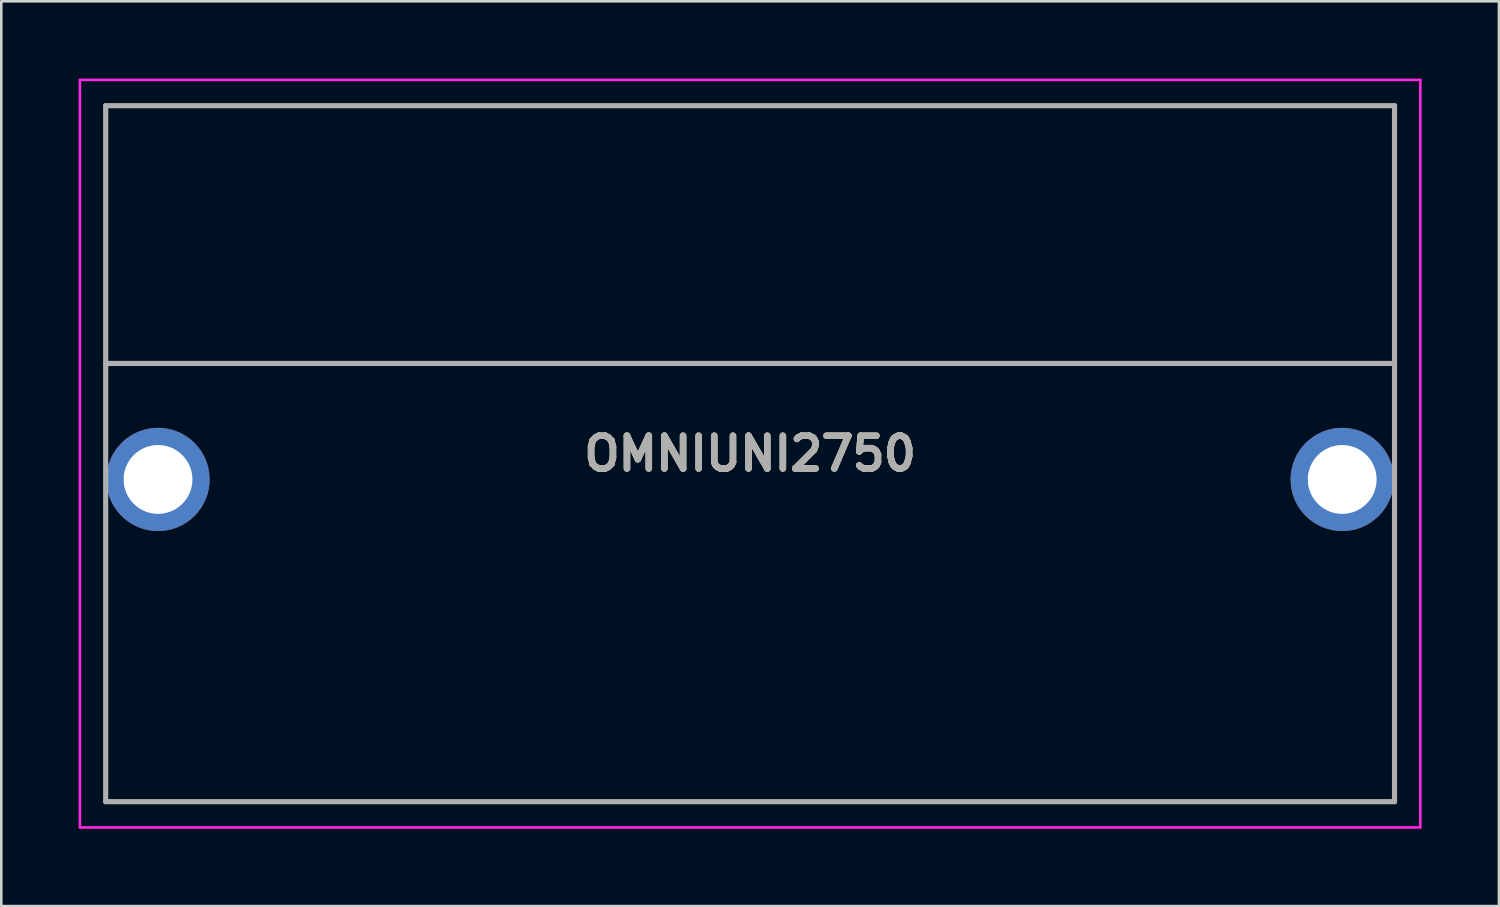
<source format=kicad_pcb>
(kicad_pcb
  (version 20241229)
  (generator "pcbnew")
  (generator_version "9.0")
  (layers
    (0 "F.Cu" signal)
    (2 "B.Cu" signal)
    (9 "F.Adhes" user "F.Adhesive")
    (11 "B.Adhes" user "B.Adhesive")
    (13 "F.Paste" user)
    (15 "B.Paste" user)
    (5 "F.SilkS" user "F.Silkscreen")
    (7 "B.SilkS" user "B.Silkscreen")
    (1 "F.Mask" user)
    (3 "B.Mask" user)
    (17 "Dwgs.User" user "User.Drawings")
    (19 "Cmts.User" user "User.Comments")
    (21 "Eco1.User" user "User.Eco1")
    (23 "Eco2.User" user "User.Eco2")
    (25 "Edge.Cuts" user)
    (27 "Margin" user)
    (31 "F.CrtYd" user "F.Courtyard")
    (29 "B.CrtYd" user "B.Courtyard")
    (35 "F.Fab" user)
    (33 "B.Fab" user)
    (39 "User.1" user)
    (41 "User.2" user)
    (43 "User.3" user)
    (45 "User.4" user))
  (footprint "OMNIUNI2750"
    (layer "F.Cu")
    (at 3.08 15.55)
    (property "Reference" "OMNIUNI2750" (at 22.97 -1 0) (layer "F.SilkS") (effects (font (size 1.27 1.27) (thickness 0.254))))
    (attr through_hole)
    (fp_line (start -2.03 -14.5) (end 47.97 -14.5) (stroke (width 0.1) (type solid)) (layer "F.SilkS"))
    (fp_line (start -2.03 -4.5) (end -2.03 -14.5) (stroke (width 0.1) (type solid)) (layer "F.SilkS"))
    (fp_line (start -2.03 -4.5) (end 47.97 -4.5) (stroke (width 0.1) (type solid)) (layer "F.SilkS"))
    (fp_line (start -2.03 -1.96) (end -2.03 -4.5) (stroke (width 0.1) (type solid)) (layer "F.SilkS"))
    (fp_line (start -2.03 3.12) (end -2.03 12.5) (stroke (width 0.1) (type solid)) (layer "F.SilkS"))
    (fp_line (start -2.03 12.5) (end 47.97 12.5) (stroke (width 0.1) (type solid)) (layer "F.SilkS"))
    (fp_line (start 47.97 -14.5) (end 47.97 -4.5) (stroke (width 0.1) (type solid)) (layer "F.SilkS"))
    (fp_line (start 47.97 -4.5) (end 47.97 -1.96) (stroke (width 0.1) (type solid)) (layer "F.SilkS"))
    (fp_line (start 47.97 12.5) (end 47.97 3.12) (stroke (width 0.1) (type solid)) (layer "F.SilkS"))
    (fp_line (start -3.03 -15.5) (end 48.97 -15.5) (stroke (width 0.1) (type solid)) (layer "F.CrtYd"))
    (fp_line (start -3.03 13.5) (end -3.03 -15.5) (stroke (width 0.1) (type solid)) (layer "F.CrtYd"))
    (fp_line (start 48.97 -15.5) (end 48.97 13.5) (stroke (width 0.1) (type solid)) (layer "F.CrtYd"))
    (fp_line (start 48.97 13.5) (end -3.03 13.5) (stroke (width 0.1) (type solid)) (layer "F.CrtYd"))
    (fp_line (start -2.03 -14.5) (end 47.97 -14.5) (stroke (width 0.2) (type solid)) (layer "F.Fab"))
    (fp_line (start -2.03 -4.5) (end -2.03 -14.5) (stroke (width 0.2) (type solid)) (layer "F.Fab"))
    (fp_line (start -2.03 -4.5) (end 47.97 -4.5) (stroke (width 0.2) (type solid)) (layer "F.Fab"))
    (fp_line (start -2.03 12.5) (end -2.03 -4.5) (stroke (width 0.2) (type solid)) (layer "F.Fab"))
    (fp_line (start 47.97 -14.5) (end 47.97 -4.5) (stroke (width 0.2) (type solid)) (layer "F.Fab"))
    (fp_line (start 47.97 -4.5) (end 47.97 12.5) (stroke (width 0.2) (type solid)) (layer "F.Fab"))
    (fp_line (start 47.97 12.5) (end -2.03 12.5) (stroke (width 0.2) (type solid)) (layer "F.Fab"))
    (fp_text user "${REFERENCE}" (at 22.97 -1 0) (layer "F.Fab") (effects (font (size 1.27 1.27) (thickness 0.254))))
    (pad "1" thru_hole circle (at 0 0) (size 4.005 4.005) (drill 2.67) (layers "*.Cu" "*.Mask"))
    (pad "2" thru_hole circle (at 45.94 0) (size 4.005 4.005) (drill 2.67) (layers "*.Cu" "*.Mask")))
  (gr_rect
    (start -3 -3)
    (end 55.1 32.1)
    (stroke (width 0.1) (type default))
    (fill no)
    (layer "Edge.Cuts")))
</source>
